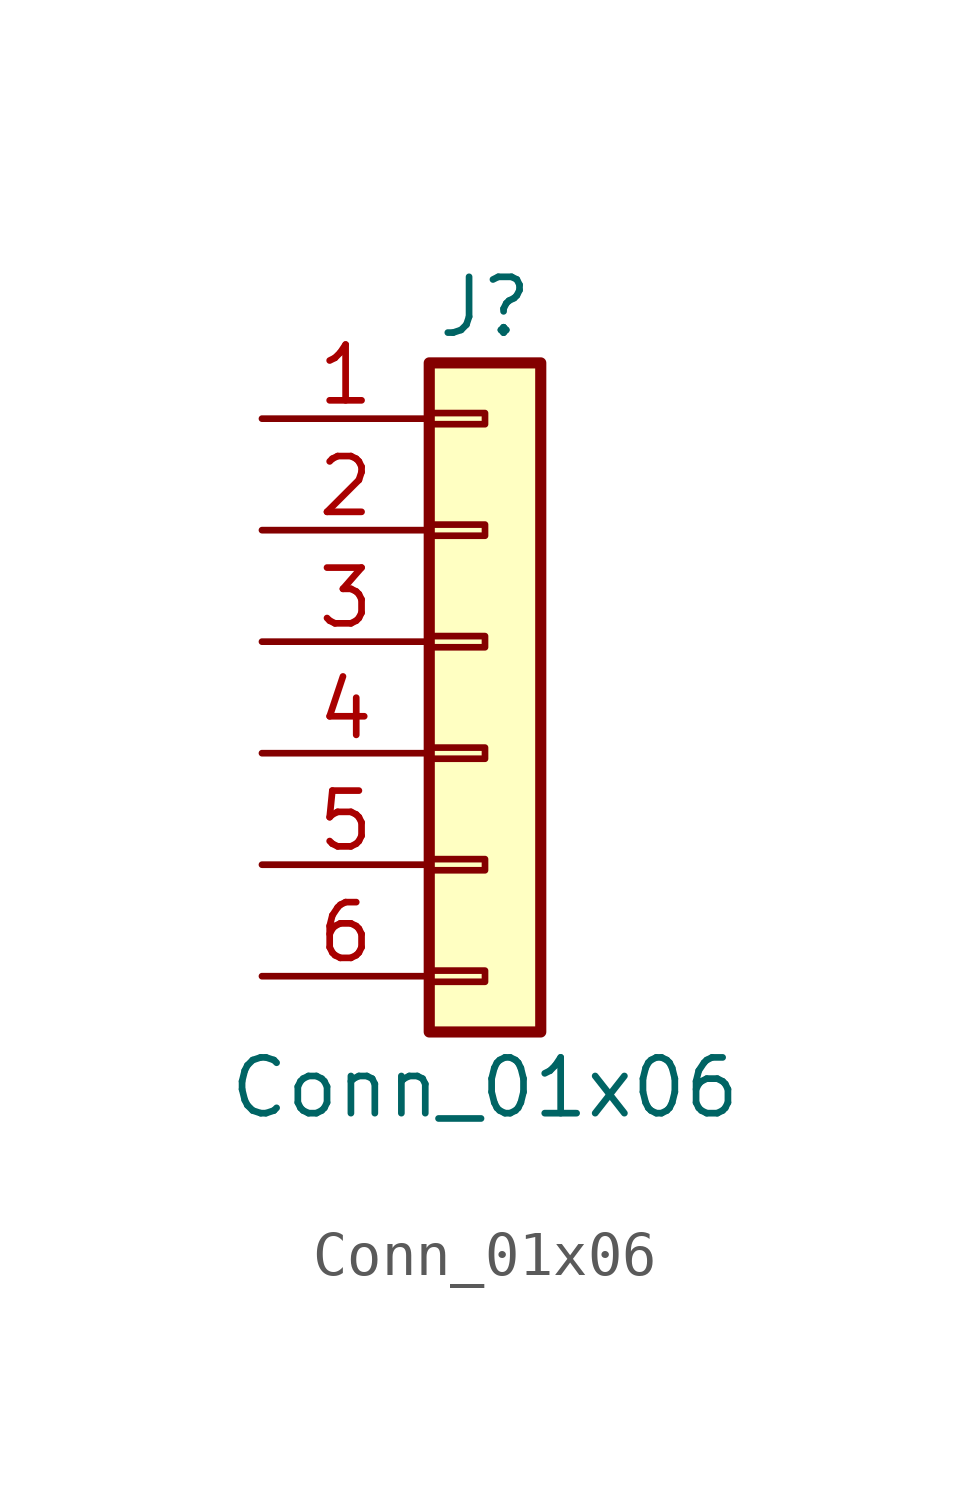
<source format=kicad_sym>
(kicad_symbol_lib
  (version 20220914)
  (generator kicad_symbol_editor)
  (symbol "Conn_01x06"
    (pin_names
      (offset 1.016) hide)
    (property "Reference" "J"
      (at 0 7.62 0)
      (effects (font (size 1.27 1.27))))
    (property "Value" "Conn_01x06"
      (at 0 -10.16 0)
      (effects (font (size 1.27 1.27))))
    (symbol "Conn_01x06_1_1"
      (rectangle (start -1.27 -7.493) (end 0 -7.747) (stroke (width 0.152) (type default)) (fill (type none)))
      (rectangle (start -1.27 -4.953) (end 0 -5.207) (stroke (width 0.152) (type default)) (fill (type none)))
      (rectangle (start -1.27 -2.413) (end 0 -2.667) (stroke (width 0.152) (type default)) (fill (type none)))
      (rectangle (start -1.27 0.127) (end 0 -0.127) (stroke (width 0.152) (type default)) (fill (type none)))
      (rectangle (start -1.27 2.667) (end 0 2.413) (stroke (width 0.152) (type default)) (fill (type none)))
      (rectangle (start -1.27 5.207) (end 0 4.953) (stroke (width 0.152) (type default)) (fill (type none)))
      (rectangle (start -1.27 6.35) (end 1.27 -8.89) (stroke (width 0.254) (type default)) (fill (type background)))
      (pin passive line (at -5.08 5.08 0) (length 3.81) (name "DRL_L" (effects (font (size 1.27 1.27)))) (number "1" (effects (font (size 1.27 1.27)))))
      (pin passive line (at -5.08 2.54 0) (length 3.81) (name "DRL_R" (effects (font (size 1.27 1.27)))) (number "2" (effects (font (size 1.27 1.27)))))
      (pin passive line (at -5.08 0 0) (length 3.81) (name "Horn" (effects (font (size 1.27 1.27)))) (number "3" (effects (font (size 1.27 1.27)))))
      (pin passive line (at -5.08 -2.54 0) (length 3.81) (name "R_Ind" (effects (font (size 1.27 1.27)))) (number "4" (effects (font (size 1.27 1.27)))))
      (pin passive line (at -5.08 -5.08 0) (length 3.81) (name "L_Ind" (effects (font (size 1.27 1.27)))) (number "5" (effects (font (size 1.27 1.27)))))
      (pin passive line (at -5.08 -7.62 0) (length 3.81) (name "GND" (effects (font (size 1.27 1.27)))) (number "6" (effects (font (size 1.27 1.27))))))))
</source>
